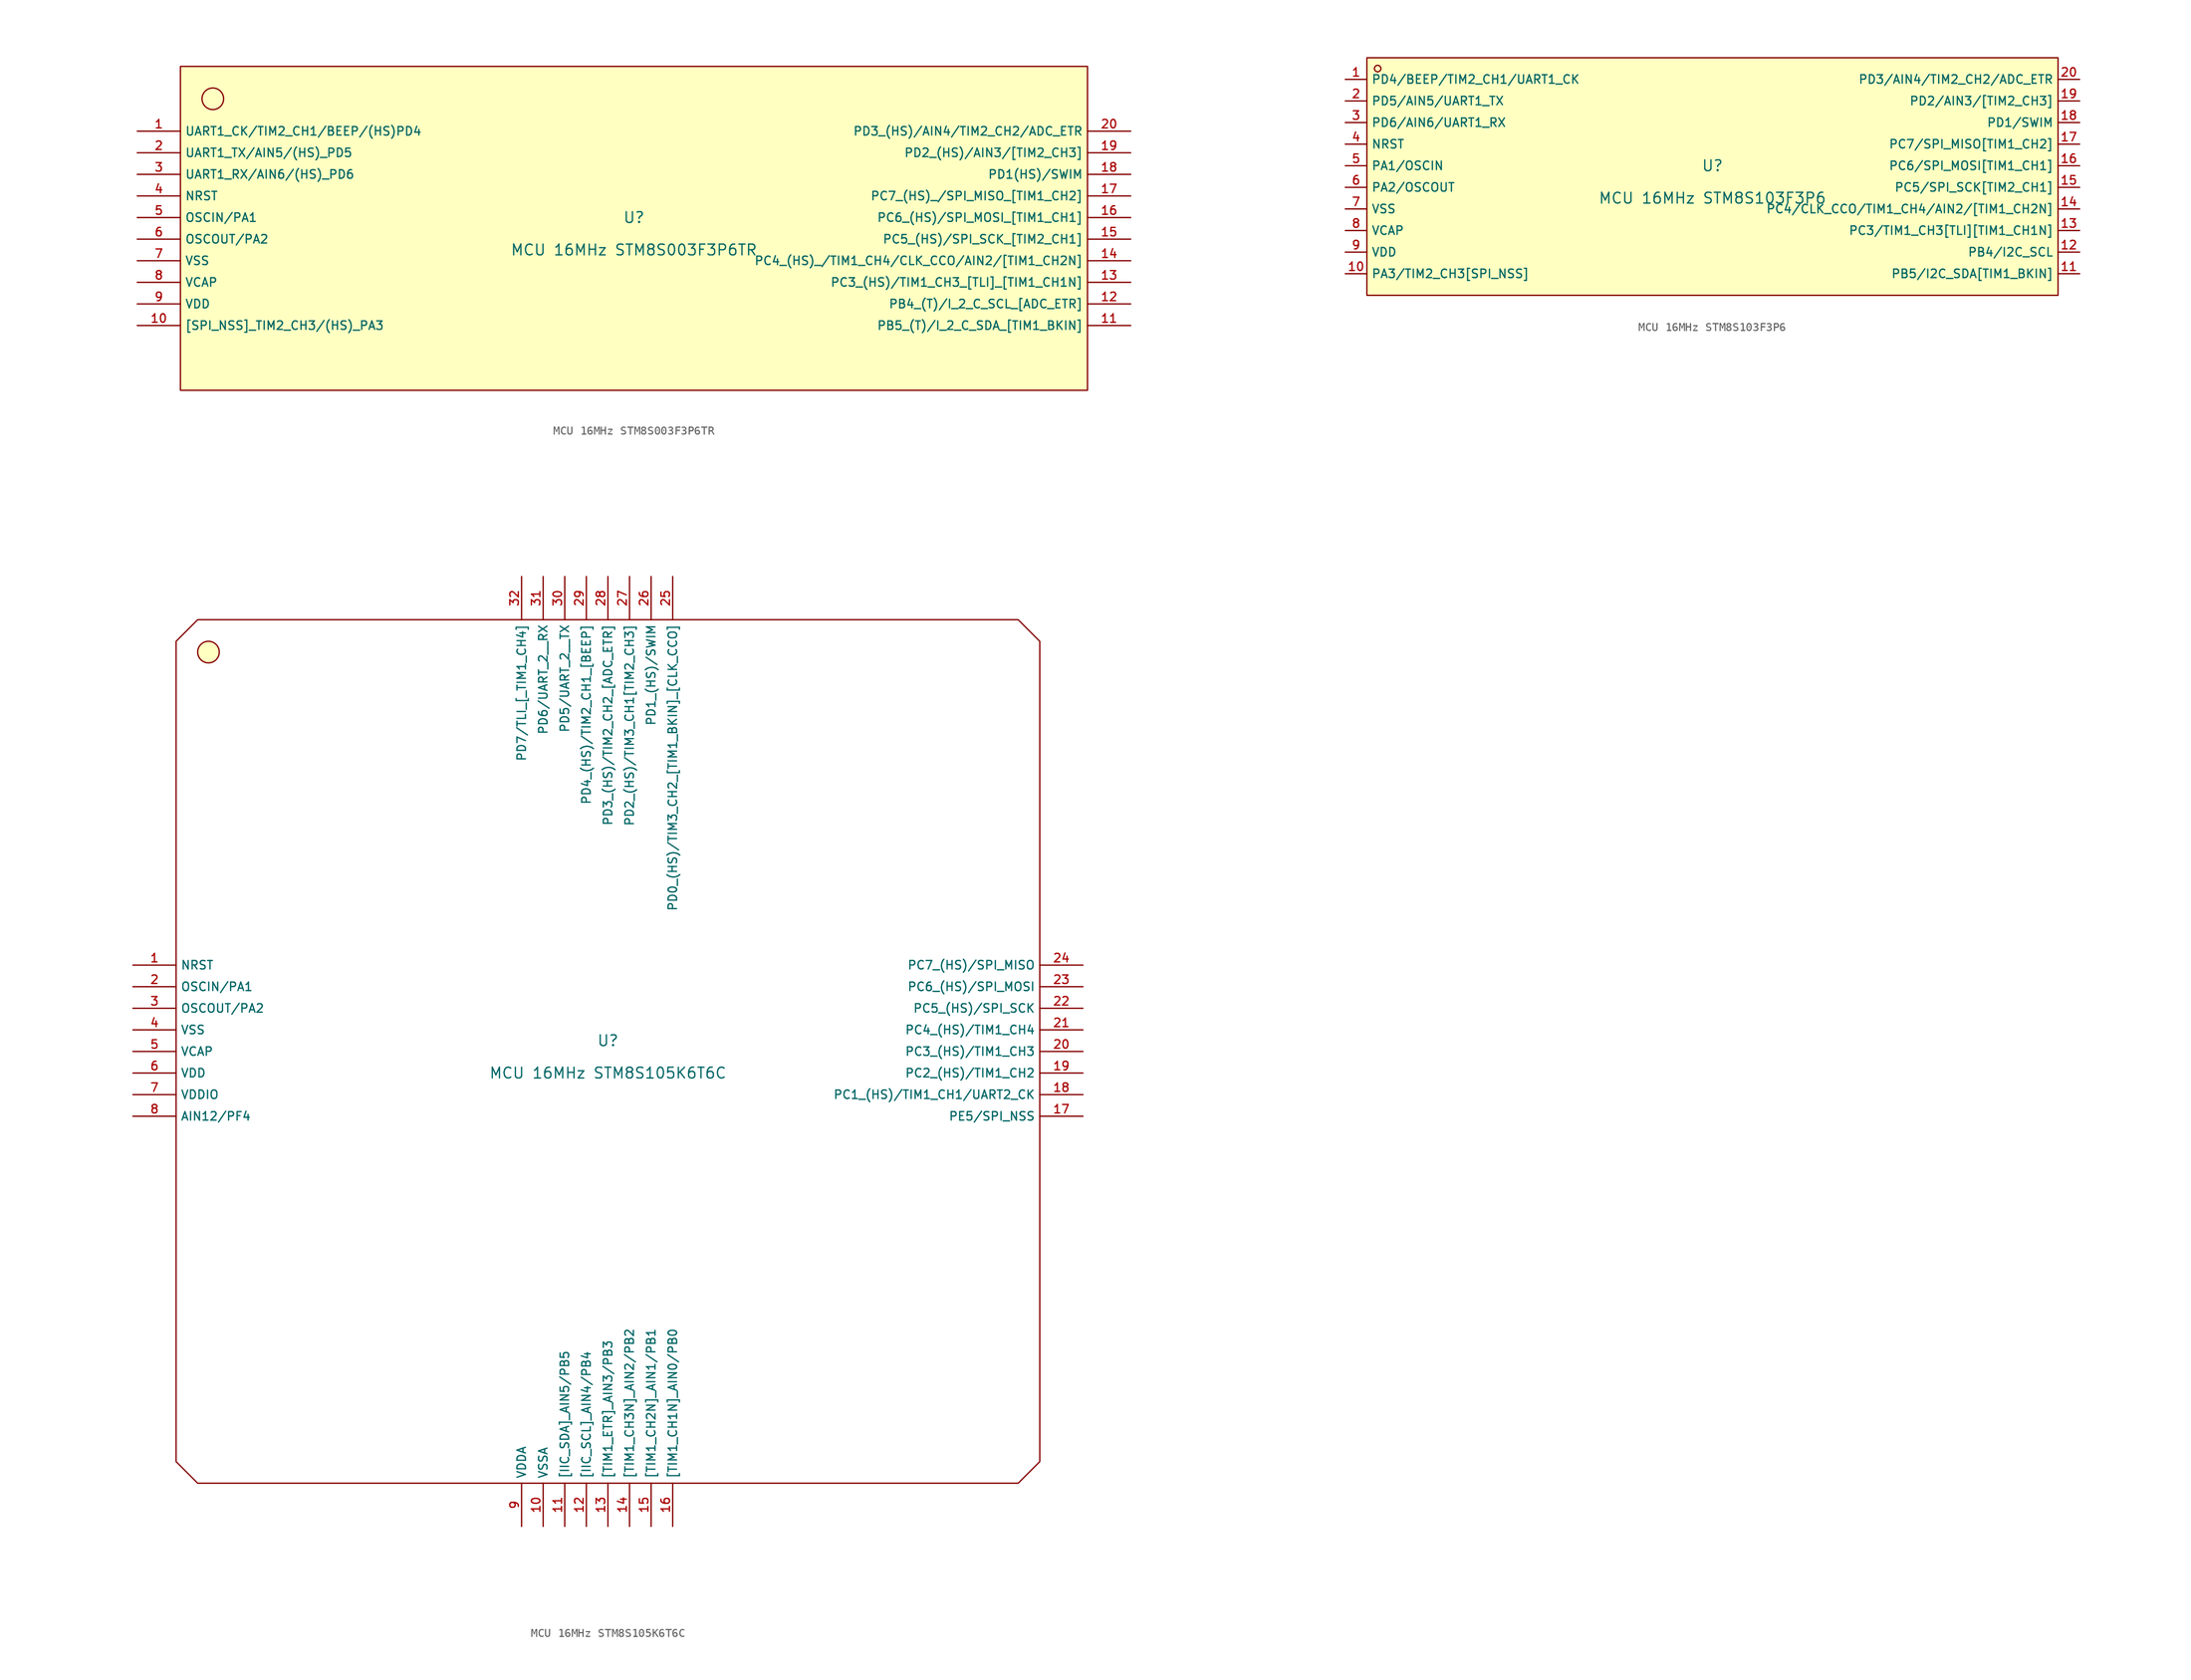
<source format=kicad_sym>
(kicad_symbol_lib
  (version 20220914)
  (generator kicad_symbol_editor)
  (symbol "MCU 16MHz STM8S003F3P6TR"
    (property "Reference" "U"
      (at 0 1.27 0)
      (effects (font (size 1.27 1.27))))
    (property "Value" "MCU 16MHz STM8S003F3P6TR"
      (at 0 -2.54 0)
      (effects (font (size 1.27 1.27))))
    (symbol "MCU 16MHz STM8S003F3P6TR_0_1"
      (rectangle (start -53.34 19.05) (end 53.34 -19.05) (stroke (width 0) (type default)) (fill (type background)))
      (circle (center -49.53 15.24) (radius 1.27) (stroke (width 0) (type default)) (fill (type background)))
      (pin unspecified line (at -58.42 11.43 0) (length 5.08) (name "UART1_CK/TIM2_CH1/BEEP/(HS)PD4" (effects (font (size 1 1)))) (number "1" (effects (font (size 1 1)))))
      (pin unspecified line (at -58.42 -11.43 0) (length 5.08) (name "[SPI_NSS]_TIM2_CH3/(HS)_PA3" (effects (font (size 1 1)))) (number "10" (effects (font (size 1 1)))))
      (pin unspecified line (at 58.42 -11.43 180) (length 5.08) (name "PB5_(T)/I_2_C_SDA_[TIM1_BKIN]" (effects (font (size 1 1)))) (number "11" (effects (font (size 1 1)))))
      (pin unspecified line (at 58.42 -8.89 180) (length 5.08) (name "PB4_(T)/I_2_C_SCL_[ADC_ETR]" (effects (font (size 1 1)))) (number "12" (effects (font (size 1 1)))))
      (pin unspecified line (at 58.42 -6.35 180) (length 5.08) (name "PC3_(HS)/TIM1_CH3_[TLI]_[TIM1_CH1N]" (effects (font (size 1 1)))) (number "13" (effects (font (size 1 1)))))
      (pin unspecified line (at 58.42 -3.81 180) (length 5.08) (name "PC4_(HS)_/TIM1_CH4/CLK_CCO/AIN2/[TIM1_CH2N]" (effects (font (size 1 1)))) (number "14" (effects (font (size 1 1)))))
      (pin unspecified line (at 58.42 -1.27 180) (length 5.08) (name "PC5_(HS)/SPI_SCK_[TIM2_CH1]" (effects (font (size 1 1)))) (number "15" (effects (font (size 1 1)))))
      (pin unspecified line (at 58.42 1.27 180) (length 5.08) (name "PC6_(HS)/SPI_MOSI_[TIM1_CH1]" (effects (font (size 1 1)))) (number "16" (effects (font (size 1 1)))))
      (pin unspecified line (at 58.42 3.81 180) (length 5.08) (name "PC7_(HS)_/SPI_MISO_[TIM1_CH2]" (effects (font (size 1 1)))) (number "17" (effects (font (size 1 1)))))
      (pin unspecified line (at 58.42 6.35 180) (length 5.08) (name "PD1(HS)/SWIM" (effects (font (size 1 1)))) (number "18" (effects (font (size 1 1)))))
      (pin unspecified line (at 58.42 8.89 180) (length 5.08) (name "PD2_(HS)/AIN3/[TIM2_CH3]" (effects (font (size 1 1)))) (number "19" (effects (font (size 1 1)))))
      (pin unspecified line (at -58.42 8.89 0) (length 5.08) (name "UART1_TX/AIN5/(HS)_PD5" (effects (font (size 1 1)))) (number "2" (effects (font (size 1 1)))))
      (pin unspecified line (at 58.42 11.43 180) (length 5.08) (name "PD3_(HS)/AIN4/TIM2_CH2/ADC_ETR" (effects (font (size 1 1)))) (number "20" (effects (font (size 1 1)))))
      (pin unspecified line (at -58.42 6.35 0) (length 5.08) (name "UART1_RX/AIN6/(HS)_PD6" (effects (font (size 1 1)))) (number "3" (effects (font (size 1 1)))))
      (pin unspecified line (at -58.42 3.81 0) (length 5.08) (name "NRST" (effects (font (size 1 1)))) (number "4" (effects (font (size 1 1)))))
      (pin unspecified line (at -58.42 1.27 0) (length 5.08) (name "OSCIN/PA1" (effects (font (size 1 1)))) (number "5" (effects (font (size 1 1)))))
      (pin unspecified line (at -58.42 -1.27 0) (length 5.08) (name "OSCOUT/PA2" (effects (font (size 1 1)))) (number "6" (effects (font (size 1 1)))))
      (pin unspecified line (at -58.42 -3.81 0) (length 5.08) (name "VSS" (effects (font (size 1 1)))) (number "7" (effects (font (size 1 1)))))
      (pin unspecified line (at -58.42 -6.35 0) (length 5.08) (name "VCAP" (effects (font (size 1 1)))) (number "8" (effects (font (size 1 1)))))
      (pin unspecified line (at -58.42 -8.89 0) (length 5.08) (name "VDD" (effects (font (size 1 1)))) (number "9" (effects (font (size 1 1)))))))
  (symbol "MCU 16MHz STM8S103F3P6"
    (property "Reference" "U"
      (at 0 1.27 0)
      (effects (font (size 1.27 1.27))))
    (property "Value" "MCU 16MHz STM8S103F3P6"
      (at 0 -2.54 0)
      (effects (font (size 1.27 1.27))))
    (symbol "MCU 16MHz STM8S103F3P6_0_1"
      (rectangle (start -40.64 13.97) (end 40.64 -13.97) (stroke (width 0) (type default)) (fill (type background)))
      (circle (center -39.37 12.7) (radius 0.381) (stroke (width 0) (type default)) (fill (type background)))
      (pin unspecified line (at -43.18 11.43 0) (length 2.54) (name "PD4/BEEP/TIM2_CH1/UART1_CK" (effects (font (size 1 1)))) (number "1" (effects (font (size 1 1)))))
      (pin unspecified line (at -43.18 -11.43 0) (length 2.54) (name "PA3/TIM2_CH3[SPI_NSS]" (effects (font (size 1 1)))) (number "10" (effects (font (size 1 1)))))
      (pin unspecified line (at 43.18 -11.43 180) (length 2.54) (name "PB5/I2C_SDA[TIM1_BKIN]" (effects (font (size 1 1)))) (number "11" (effects (font (size 1 1)))))
      (pin unspecified line (at 43.18 -8.89 180) (length 2.54) (name "PB4/I2C_SCL" (effects (font (size 1 1)))) (number "12" (effects (font (size 1 1)))))
      (pin unspecified line (at 43.18 -6.35 180) (length 2.54) (name "PC3/TIM1_CH3[TLI][TIM1_CH1N]" (effects (font (size 1 1)))) (number "13" (effects (font (size 1 1)))))
      (pin unspecified line (at 43.18 -3.81 180) (length 2.54) (name "PC4/CLK_CCO/TIM1_CH4/AIN2/[TIM1_CH2N]" (effects (font (size 1 1)))) (number "14" (effects (font (size 1 1)))))
      (pin unspecified line (at 43.18 -1.27 180) (length 2.54) (name "PC5/SPI_SCK[TIM2_CH1]" (effects (font (size 1 1)))) (number "15" (effects (font (size 1 1)))))
      (pin unspecified line (at 43.18 1.27 180) (length 2.54) (name "PC6/SPI_MOSI[TIM1_CH1]" (effects (font (size 1 1)))) (number "16" (effects (font (size 1 1)))))
      (pin unspecified line (at 43.18 3.81 180) (length 2.54) (name "PC7/SPI_MISO[TIM1_CH2]" (effects (font (size 1 1)))) (number "17" (effects (font (size 1 1)))))
      (pin unspecified line (at 43.18 6.35 180) (length 2.54) (name "PD1/SWIM" (effects (font (size 1 1)))) (number "18" (effects (font (size 1 1)))))
      (pin unspecified line (at 43.18 8.89 180) (length 2.54) (name "PD2/AIN3/[TIM2_CH3]" (effects (font (size 1 1)))) (number "19" (effects (font (size 1 1)))))
      (pin unspecified line (at -43.18 8.89 0) (length 2.54) (name "PD5/AIN5/UART1_TX" (effects (font (size 1 1)))) (number "2" (effects (font (size 1 1)))))
      (pin unspecified line (at 43.18 11.43 180) (length 2.54) (name "PD3/AIN4/TIM2_CH2/ADC_ETR" (effects (font (size 1 1)))) (number "20" (effects (font (size 1 1)))))
      (pin unspecified line (at -43.18 6.35 0) (length 2.54) (name "PD6/AIN6/UART1_RX" (effects (font (size 1 1)))) (number "3" (effects (font (size 1 1)))))
      (pin unspecified line (at -43.18 3.81 0) (length 2.54) (name "NRST" (effects (font (size 1 1)))) (number "4" (effects (font (size 1 1)))))
      (pin unspecified line (at -43.18 1.27 0) (length 2.54) (name "PA1/OSCIN" (effects (font (size 1 1)))) (number "5" (effects (font (size 1 1)))))
      (pin unspecified line (at -43.18 -1.27 0) (length 2.54) (name "PA2/OSCOUT" (effects (font (size 1 1)))) (number "6" (effects (font (size 1 1)))))
      (pin unspecified line (at -43.18 -3.81 0) (length 2.54) (name "VSS" (effects (font (size 1 1)))) (number "7" (effects (font (size 1 1)))))
      (pin unspecified line (at -43.18 -6.35 0) (length 2.54) (name "VCAP" (effects (font (size 1 1)))) (number "8" (effects (font (size 1 1)))))
      (pin unspecified line (at -43.18 -8.89 0) (length 2.54) (name "VDD" (effects (font (size 1 1)))) (number "9" (effects (font (size 1 1)))))))
  (symbol "MCU 16MHz STM8S105K6T6C"
    (property "Reference" "U"
      (at 0 1.27 0)
      (effects (font (size 1.27 1.27))))
    (property "Value" "MCU 16MHz STM8S105K6T6C"
      (at 0 -2.54 0)
      (effects (font (size 1.27 1.27))))
    (symbol "MCU 16MHz STM8S105K6T6C_0_1"
      (circle (center -46.99 46.99) (radius 1.27) (stroke (width 0) (type default)) (fill (type background)))
      (polyline (pts (xy -48.26 50.8) (xy 48.26 50.8) (xy 50.8 48.26) (xy 50.8 -48.26) (xy 48.26 -50.8) (xy -48.26 -50.8) (xy -50.8 -48.26) (xy -50.8 48.26) (xy -48.26 50.8)) (stroke (width 0) (type default)) (fill (type none)))
      (pin unspecified line (at -55.88 10.16 0) (length 5.08) (name "NRST" (effects (font (size 1 1)))) (number "1" (effects (font (size 1 1)))))
      (pin unspecified line (at -7.62 -55.88 90) (length 5.08) (name "VSSA" (effects (font (size 1 1)))) (number "10" (effects (font (size 1 1)))))
      (pin unspecified line (at -5.08 -55.88 90) (length 5.08) (name "[IIC_SDA]_AIN5/PB5" (effects (font (size 1 1)))) (number "11" (effects (font (size 1 1)))))
      (pin unspecified line (at -2.54 -55.88 90) (length 5.08) (name "[IIC_SCL]_AIN4/PB4" (effects (font (size 1 1)))) (number "12" (effects (font (size 1 1)))))
      (pin unspecified line (at 0 -55.88 90) (length 5.08) (name "[TIM1_ETR]_AIN3/PB3" (effects (font (size 1 1)))) (number "13" (effects (font (size 1 1)))))
      (pin unspecified line (at 2.54 -55.88 90) (length 5.08) (name "[TIM1_CH3N]_AIN2/PB2" (effects (font (size 1 1)))) (number "14" (effects (font (size 1 1)))))
      (pin unspecified line (at 5.08 -55.88 90) (length 5.08) (name "[TIM1_CH2N]_AIN1/PB1" (effects (font (size 1 1)))) (number "15" (effects (font (size 1 1)))))
      (pin unspecified line (at 7.62 -55.88 90) (length 5.08) (name "[TIM1_CH1N]_AIN0/PB0" (effects (font (size 1 1)))) (number "16" (effects (font (size 1 1)))))
      (pin unspecified line (at 55.88 -7.62 180) (length 5.08) (name "PE5/SPI_NSS" (effects (font (size 1 1)))) (number "17" (effects (font (size 1 1)))))
      (pin unspecified line (at 55.88 -5.08 180) (length 5.08) (name "PC1_(HS)/TIM1_CH1/UART2_CK" (effects (font (size 1 1)))) (number "18" (effects (font (size 1 1)))))
      (pin unspecified line (at 55.88 -2.54 180) (length 5.08) (name "PC2_(HS)/TIM1_CH2" (effects (font (size 1 1)))) (number "19" (effects (font (size 1 1)))))
      (pin unspecified line (at -55.88 7.62 0) (length 5.08) (name "OSCIN/PA1" (effects (font (size 1 1)))) (number "2" (effects (font (size 1 1)))))
      (pin unspecified line (at 55.88 0 180) (length 5.08) (name "PC3_(HS)/TIM1_CH3" (effects (font (size 1 1)))) (number "20" (effects (font (size 1 1)))))
      (pin unspecified line (at 55.88 2.54 180) (length 5.08) (name "PC4_(HS)/TIM1_CH4" (effects (font (size 1 1)))) (number "21" (effects (font (size 1 1)))))
      (pin unspecified line (at 55.88 5.08 180) (length 5.08) (name "PC5_(HS)/SPI_SCK" (effects (font (size 1 1)))) (number "22" (effects (font (size 1 1)))))
      (pin unspecified line (at 55.88 7.62 180) (length 5.08) (name "PC6_(HS)/SPI_MOSI" (effects (font (size 1 1)))) (number "23" (effects (font (size 1 1)))))
      (pin unspecified line (at 55.88 10.16 180) (length 5.08) (name "PC7_(HS)/SPI_MISO" (effects (font (size 1 1)))) (number "24" (effects (font (size 1 1)))))
      (pin unspecified line (at 7.62 55.88 270) (length 5.08) (name "PD0_(HS)/TIM3_CH2_[TIM1_BKIN]_[CLK_CCO]" (effects (font (size 1 1)))) (number "25" (effects (font (size 1 1)))))
      (pin unspecified line (at 5.08 55.88 270) (length 5.08) (name "PD1_(HS)/SWIM" (effects (font (size 1 1)))) (number "26" (effects (font (size 1 1)))))
      (pin unspecified line (at 2.54 55.88 270) (length 5.08) (name "PD2_(HS)/TIM3_CH1[TIM2_CH3]" (effects (font (size 1 1)))) (number "27" (effects (font (size 1 1)))))
      (pin unspecified line (at 0 55.88 270) (length 5.08) (name "PD3_(HS)/TIM2_CH2_[ADC_ETR]" (effects (font (size 1 1)))) (number "28" (effects (font (size 1 1)))))
      (pin unspecified line (at -2.54 55.88 270) (length 5.08) (name "PD4_(HS)/TIM2_CH1_[BEEP]" (effects (font (size 1 1)))) (number "29" (effects (font (size 1 1)))))
      (pin unspecified line (at -55.88 5.08 0) (length 5.08) (name "OSCOUT/PA2" (effects (font (size 1 1)))) (number "3" (effects (font (size 1 1)))))
      (pin unspecified line (at -5.08 55.88 270) (length 5.08) (name "PD5/UART_2__TX" (effects (font (size 1 1)))) (number "30" (effects (font (size 1 1)))))
      (pin unspecified line (at -7.62 55.88 270) (length 5.08) (name "PD6/UART_2__RX" (effects (font (size 1 1)))) (number "31" (effects (font (size 1 1)))))
      (pin unspecified line (at -10.16 55.88 270) (length 5.08) (name "PD7/TLI_[_TIM1_CH4]" (effects (font (size 1 1)))) (number "32" (effects (font (size 1 1)))))
      (pin unspecified line (at -55.88 2.54 0) (length 5.08) (name "VSS" (effects (font (size 1 1)))) (number "4" (effects (font (size 1 1)))))
      (pin unspecified line (at -55.88 0 0) (length 5.08) (name "VCAP" (effects (font (size 1 1)))) (number "5" (effects (font (size 1 1)))))
      (pin unspecified line (at -55.88 -2.54 0) (length 5.08) (name "VDD" (effects (font (size 1 1)))) (number "6" (effects (font (size 1 1)))))
      (pin unspecified line (at -55.88 -5.08 0) (length 5.08) (name "VDDIO" (effects (font (size 1 1)))) (number "7" (effects (font (size 1 1)))))
      (pin unspecified line (at -55.88 -7.62 0) (length 5.08) (name "AIN12/PF4" (effects (font (size 1 1)))) (number "8" (effects (font (size 1 1)))))
      (pin unspecified line (at -10.16 -55.88 90) (length 5.08) (name "VDDA" (effects (font (size 1 1)))) (number "9" (effects (font (size 1 1))))))))
</source>
